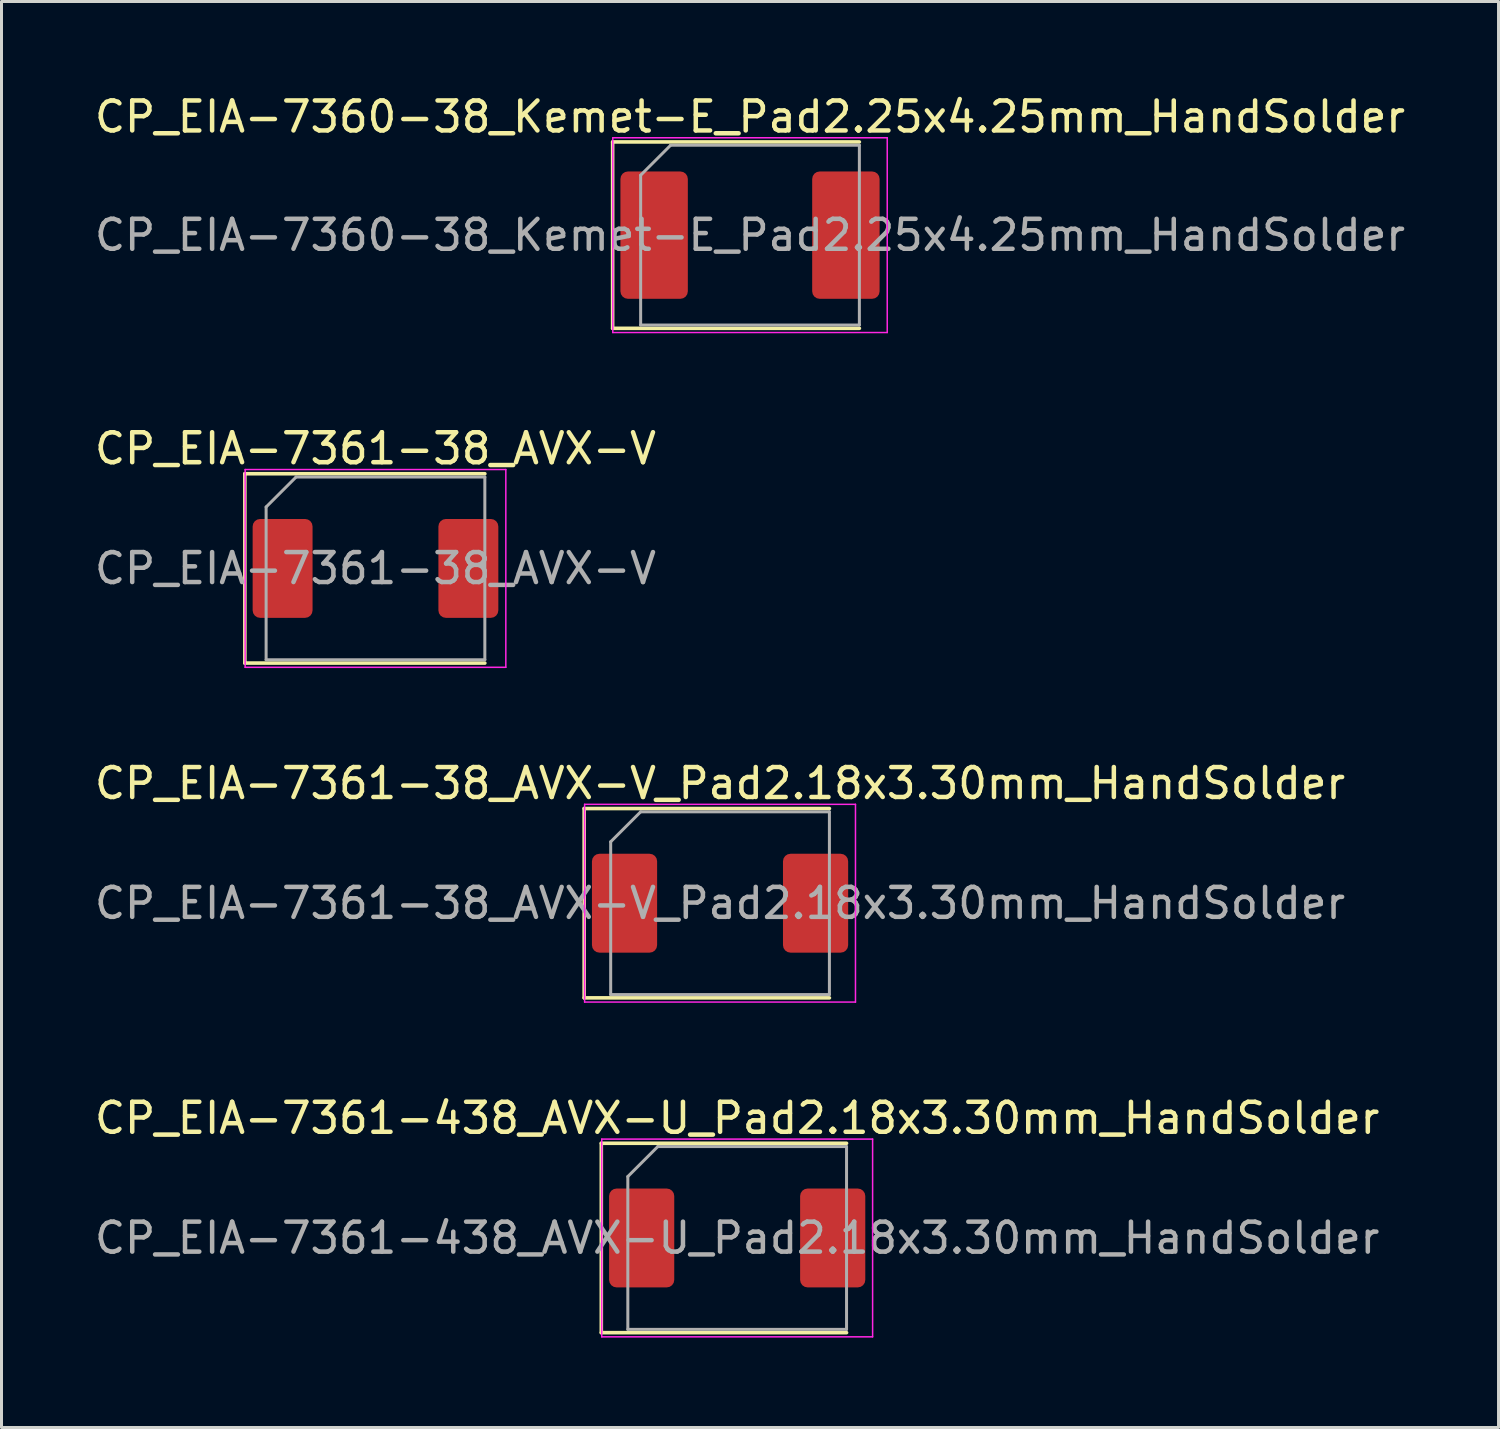
<source format=kicad_pcb>
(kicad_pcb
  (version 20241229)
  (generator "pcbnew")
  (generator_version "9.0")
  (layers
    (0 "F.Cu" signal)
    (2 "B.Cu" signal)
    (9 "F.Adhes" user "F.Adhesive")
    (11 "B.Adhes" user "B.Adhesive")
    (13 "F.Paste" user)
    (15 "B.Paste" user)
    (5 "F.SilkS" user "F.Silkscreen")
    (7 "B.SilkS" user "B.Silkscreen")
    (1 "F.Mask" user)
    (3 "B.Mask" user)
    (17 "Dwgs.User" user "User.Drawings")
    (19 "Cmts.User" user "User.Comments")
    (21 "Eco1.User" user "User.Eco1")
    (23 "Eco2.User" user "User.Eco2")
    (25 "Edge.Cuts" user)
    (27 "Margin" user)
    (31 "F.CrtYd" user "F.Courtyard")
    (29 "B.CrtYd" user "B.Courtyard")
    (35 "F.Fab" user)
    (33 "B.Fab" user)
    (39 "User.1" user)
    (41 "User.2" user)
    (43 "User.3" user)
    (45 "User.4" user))
  (footprint "CP_EIA-7361-38_AVX-V_Pad2.18x3.30mm_HandSolder"
    (layer "F.Cu")
    (at 20.982 27.095)
    (property "Reference" "CP_EIA-7361-38_AVX-V_Pad2.18x3.30mm_HandSolder" (at 0 -4 0) (layer "F.SilkS") (effects (font (size 1 1) (thickness 0.15))))
    (attr smd)
    (fp_line (start -4.535 -3.16) (end -4.535 3.16) (stroke (width 0.12) (type solid)) (layer "F.SilkS"))
    (fp_line (start -4.535 3.16) (end 3.65 3.16) (stroke (width 0.12) (type solid)) (layer "F.SilkS"))
    (fp_line (start 3.65 -3.16) (end -4.535 -3.16) (stroke (width 0.12) (type solid)) (layer "F.SilkS"))
    (fp_line (start -4.52 -3.3) (end 4.52 -3.3) (stroke (width 0.05) (type solid)) (layer "F.CrtYd"))
    (fp_line (start -4.52 3.3) (end -4.52 -3.3) (stroke (width 0.05) (type solid)) (layer "F.CrtYd"))
    (fp_line (start 4.52 -3.3) (end 4.52 3.3) (stroke (width 0.05) (type solid)) (layer "F.CrtYd"))
    (fp_line (start 4.52 3.3) (end -4.52 3.3) (stroke (width 0.05) (type solid)) (layer "F.CrtYd"))
    (fp_line (start -3.65 -2.05) (end -3.65 3.05) (stroke (width 0.1) (type solid)) (layer "F.Fab"))
    (fp_line (start -3.65 3.05) (end 3.65 3.05) (stroke (width 0.1) (type solid)) (layer "F.Fab"))
    (fp_line (start -2.65 -3.05) (end -3.65 -2.05) (stroke (width 0.1) (type solid)) (layer "F.Fab"))
    (fp_line (start 3.65 -3.05) (end -2.65 -3.05) (stroke (width 0.1) (type solid)) (layer "F.Fab"))
    (fp_line (start 3.65 3.05) (end 3.65 -3.05) (stroke (width 0.1) (type solid)) (layer "F.Fab"))
    (fp_text user "${REFERENCE}" (at 0 0 0) (layer "F.Fab") (effects (font (size 1 1) (thickness 0.15))))
    (pad "1" smd roundrect (at -3.188 0) (size 2.175 3.3) (layers "F.Cu" "F.Mask" "F.Paste") (roundrect_rratio 0.115))
    (pad "2" smd roundrect (at 3.188 0) (size 2.175 3.3) (layers "F.Cu" "F.Mask" "F.Paste") (roundrect_rratio 0.115)))
  (footprint "CP_EIA-7360-38_Kemet-E_Pad2.25x4.25mm_HandSolder"
    (layer "F.Cu")
    (at 21.982 4.798)
    (property "Reference" "CP_EIA-7360-38_Kemet-E_Pad2.25x4.25mm_HandSolder" (at 0 -3.95 0) (layer "F.SilkS") (effects (font (size 1 1) (thickness 0.15))))
    (attr smd)
    (fp_line (start -4.585 -3.11) (end -4.585 3.11) (stroke (width 0.12) (type solid)) (layer "F.SilkS"))
    (fp_line (start -4.585 3.11) (end 3.65 3.11) (stroke (width 0.12) (type solid)) (layer "F.SilkS"))
    (fp_line (start 3.65 -3.11) (end -4.585 -3.11) (stroke (width 0.12) (type solid)) (layer "F.SilkS"))
    (fp_line (start -4.58 -3.25) (end 4.58 -3.25) (stroke (width 0.05) (type solid)) (layer "F.CrtYd"))
    (fp_line (start -4.58 3.25) (end -4.58 -3.25) (stroke (width 0.05) (type solid)) (layer "F.CrtYd"))
    (fp_line (start 4.58 -3.25) (end 4.58 3.25) (stroke (width 0.05) (type solid)) (layer "F.CrtYd"))
    (fp_line (start 4.58 3.25) (end -4.58 3.25) (stroke (width 0.05) (type solid)) (layer "F.CrtYd"))
    (fp_line (start -3.65 -2) (end -3.65 3) (stroke (width 0.1) (type solid)) (layer "F.Fab"))
    (fp_line (start -3.65 3) (end 3.65 3) (stroke (width 0.1) (type solid)) (layer "F.Fab"))
    (fp_line (start -2.65 -3) (end -3.65 -2) (stroke (width 0.1) (type solid)) (layer "F.Fab"))
    (fp_line (start 3.65 -3) (end -2.65 -3) (stroke (width 0.1) (type solid)) (layer "F.Fab"))
    (fp_line (start 3.65 3) (end 3.65 -3) (stroke (width 0.1) (type solid)) (layer "F.Fab"))
    (fp_text user "${REFERENCE}" (at 0 0 0) (layer "F.Fab") (effects (font (size 1 1) (thickness 0.15))))
    (pad "1" smd roundrect (at -3.2 0) (size 2.25 4.25) (layers "F.Cu" "F.Mask" "F.Paste") (roundrect_rratio 0.111))
    (pad "2" smd roundrect (at 3.2 0) (size 2.25 4.25) (layers "F.Cu" "F.Mask" "F.Paste") (roundrect_rratio 0.111)))
  (footprint "CP_EIA-7361-438_AVX-U_Pad2.18x3.30mm_HandSolder"
    (layer "F.Cu")
    (at 21.554 38.268)
    (property "Reference" "CP_EIA-7361-438_AVX-U_Pad2.18x3.30mm_HandSolder" (at 0 -4 0) (layer "F.SilkS") (effects (font (size 1 1) (thickness 0.15))))
    (attr smd)
    (fp_line (start -4.535 -3.16) (end -4.535 3.16) (stroke (width 0.12) (type solid)) (layer "F.SilkS"))
    (fp_line (start -4.535 3.16) (end 3.65 3.16) (stroke (width 0.12) (type solid)) (layer "F.SilkS"))
    (fp_line (start 3.65 -3.16) (end -4.535 -3.16) (stroke (width 0.12) (type solid)) (layer "F.SilkS"))
    (fp_line (start -4.52 -3.3) (end 4.52 -3.3) (stroke (width 0.05) (type solid)) (layer "F.CrtYd"))
    (fp_line (start -4.52 3.3) (end -4.52 -3.3) (stroke (width 0.05) (type solid)) (layer "F.CrtYd"))
    (fp_line (start 4.52 -3.3) (end 4.52 3.3) (stroke (width 0.05) (type solid)) (layer "F.CrtYd"))
    (fp_line (start 4.52 3.3) (end -4.52 3.3) (stroke (width 0.05) (type solid)) (layer "F.CrtYd"))
    (fp_line (start -3.65 -2.05) (end -3.65 3.05) (stroke (width 0.1) (type solid)) (layer "F.Fab"))
    (fp_line (start -3.65 3.05) (end 3.65 3.05) (stroke (width 0.1) (type solid)) (layer "F.Fab"))
    (fp_line (start -2.65 -3.05) (end -3.65 -2.05) (stroke (width 0.1) (type solid)) (layer "F.Fab"))
    (fp_line (start 3.65 -3.05) (end -2.65 -3.05) (stroke (width 0.1) (type solid)) (layer "F.Fab"))
    (fp_line (start 3.65 3.05) (end 3.65 -3.05) (stroke (width 0.1) (type solid)) (layer "F.Fab"))
    (fp_text user "${REFERENCE}" (at 0 0 0) (layer "F.Fab") (effects (font (size 1 1) (thickness 0.15))))
    (pad "1" smd roundrect (at -3.188 0) (size 2.175 3.3) (layers "F.Cu" "F.Mask" "F.Paste") (roundrect_rratio 0.115))
    (pad "2" smd roundrect (at 3.188 0) (size 2.175 3.3) (layers "F.Cu" "F.Mask" "F.Paste") (roundrect_rratio 0.115)))
  (footprint "CP_EIA-7361-38_AVX-V"
    (layer "F.Cu")
    (at 9.482 15.921)
    (property "Reference" "CP_EIA-7361-38_AVX-V" (at 0 -4 0) (layer "F.SilkS") (effects (font (size 1 1) (thickness 0.15))))
    (attr smd)
    (fp_line (start -4.36 -3.16) (end -4.36 3.16) (stroke (width 0.12) (type solid)) (layer "F.SilkS"))
    (fp_line (start -4.36 3.16) (end 3.65 3.16) (stroke (width 0.12) (type solid)) (layer "F.SilkS"))
    (fp_line (start 3.65 -3.16) (end -4.36 -3.16) (stroke (width 0.12) (type solid)) (layer "F.SilkS"))
    (fp_line (start -4.35 -3.3) (end 4.35 -3.3) (stroke (width 0.05) (type solid)) (layer "F.CrtYd"))
    (fp_line (start -4.35 3.3) (end -4.35 -3.3) (stroke (width 0.05) (type solid)) (layer "F.CrtYd"))
    (fp_line (start 4.35 -3.3) (end 4.35 3.3) (stroke (width 0.05) (type solid)) (layer "F.CrtYd"))
    (fp_line (start 4.35 3.3) (end -4.35 3.3) (stroke (width 0.05) (type solid)) (layer "F.CrtYd"))
    (fp_line (start -3.65 -2.05) (end -3.65 3.05) (stroke (width 0.1) (type solid)) (layer "F.Fab"))
    (fp_line (start -3.65 3.05) (end 3.65 3.05) (stroke (width 0.1) (type solid)) (layer "F.Fab"))
    (fp_line (start -2.65 -3.05) (end -3.65 -2.05) (stroke (width 0.1) (type solid)) (layer "F.Fab"))
    (fp_line (start 3.65 -3.05) (end -2.65 -3.05) (stroke (width 0.1) (type solid)) (layer "F.Fab"))
    (fp_line (start 3.65 3.05) (end 3.65 -3.05) (stroke (width 0.1) (type solid)) (layer "F.Fab"))
    (fp_text user "${REFERENCE}" (at 0 0 0) (layer "F.Fab") (effects (font (size 1 1) (thickness 0.15))))
    (pad "1" smd roundrect (at -3.1 0) (size 2 3.3) (layers "F.Cu" "F.Mask" "F.Paste") (roundrect_rratio 0.125))
    (pad "2" smd roundrect (at 3.1 0) (size 2 3.3) (layers "F.Cu" "F.Mask" "F.Paste") (roundrect_rratio 0.125)))
  (gr_rect
    (start -3 -3)
    (end 46.964 44.593)
    (stroke (width 0.1) (type default))
    (fill no)
    (layer "Edge.Cuts")))
</source>
